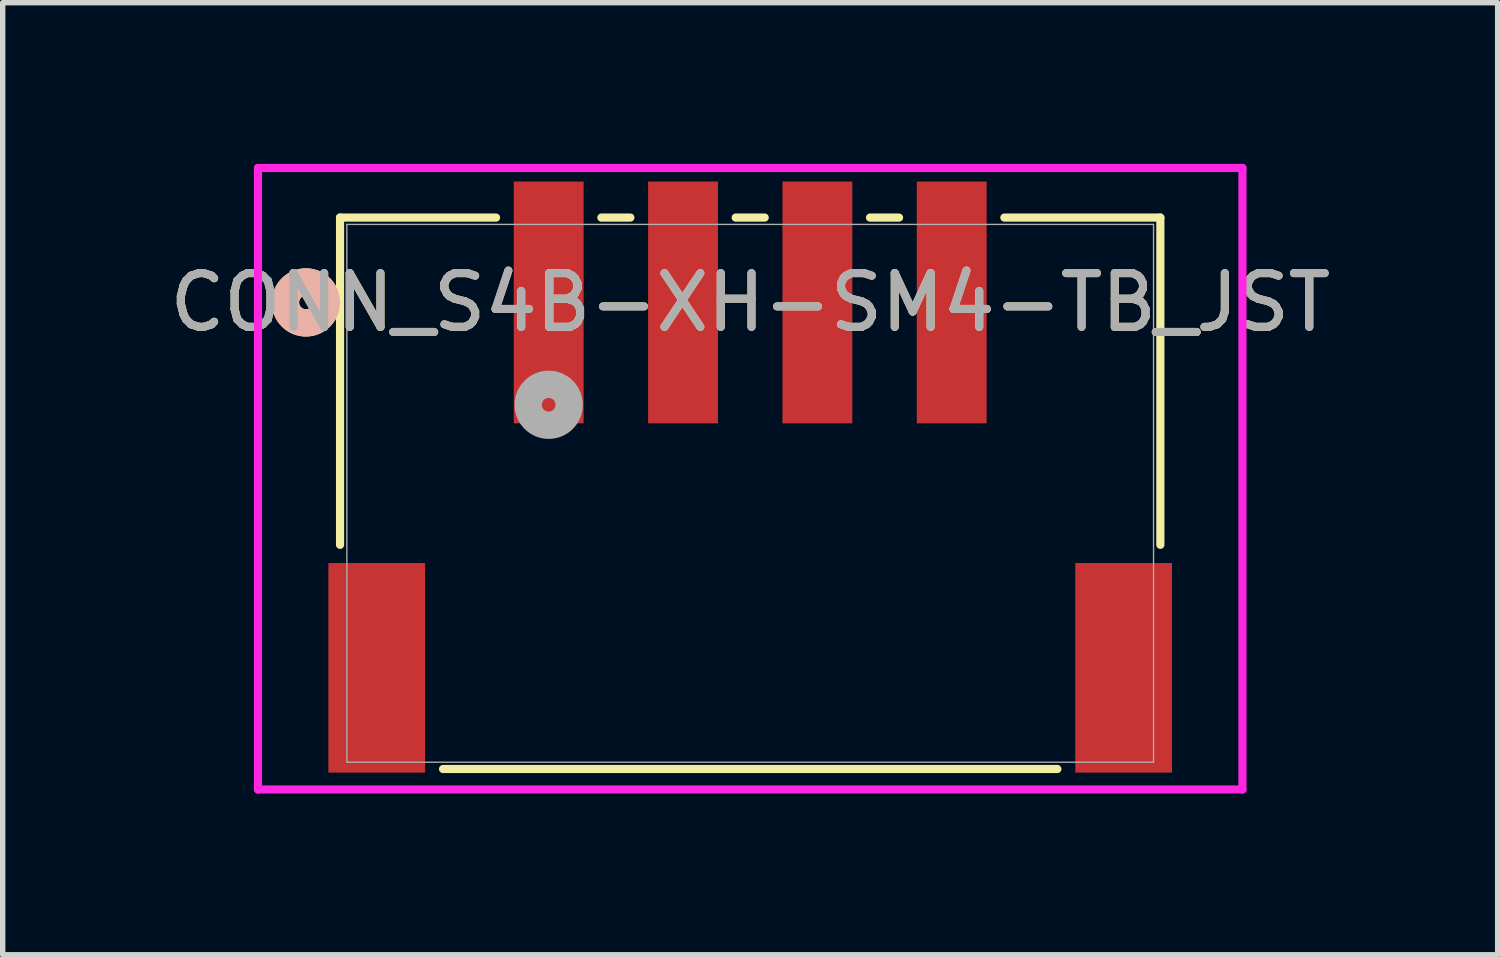
<source format=kicad_pcb>
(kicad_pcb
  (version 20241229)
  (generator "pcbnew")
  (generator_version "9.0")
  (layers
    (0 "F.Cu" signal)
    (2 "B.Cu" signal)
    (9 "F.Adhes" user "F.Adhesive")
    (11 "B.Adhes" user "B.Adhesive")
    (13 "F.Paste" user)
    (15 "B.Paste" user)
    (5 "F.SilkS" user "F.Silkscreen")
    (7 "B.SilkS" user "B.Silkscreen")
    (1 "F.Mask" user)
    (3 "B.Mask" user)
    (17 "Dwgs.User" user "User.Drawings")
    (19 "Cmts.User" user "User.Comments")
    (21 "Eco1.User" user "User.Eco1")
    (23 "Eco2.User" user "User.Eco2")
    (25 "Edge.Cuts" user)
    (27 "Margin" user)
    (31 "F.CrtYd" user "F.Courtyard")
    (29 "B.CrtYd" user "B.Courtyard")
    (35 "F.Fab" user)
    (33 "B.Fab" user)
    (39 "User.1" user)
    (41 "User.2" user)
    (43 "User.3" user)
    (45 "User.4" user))
  (footprint "CONN_S4B-XH-SM4-TB_JST"
    (layer "F.Cu")
    (at 10.911 6.13)
    (property "Reference" "CONN_S4B-XH-SM4-TB_JST" (at 0 -3.552 0) (unlocked yes) (layer "F.SilkS") (effects (font (size 1 1) (thickness 0.15))))
    (attr smd)
    (fp_line (start -7.633 -5.131) (end -7.633 0.959) (stroke (width 0.152) (type solid)) (layer "F.SilkS"))
    (fp_line (start -5.716 5.131) (end 5.716 5.131) (stroke (width 0.152) (type solid)) (layer "F.SilkS"))
    (fp_line (start -4.73 -5.131) (end -7.633 -5.131) (stroke (width 0.152) (type solid)) (layer "F.SilkS"))
    (fp_line (start -2.23 -5.131) (end -2.77 -5.131) (stroke (width 0.152) (type solid)) (layer "F.SilkS"))
    (fp_line (start 0.27 -5.131) (end -0.27 -5.131) (stroke (width 0.152) (type solid)) (layer "F.SilkS"))
    (fp_line (start 2.77 -5.131) (end 2.23 -5.131) (stroke (width 0.152) (type solid)) (layer "F.SilkS"))
    (fp_line (start 7.633 -5.131) (end 4.73 -5.131) (stroke (width 0.152) (type solid)) (layer "F.SilkS"))
    (fp_line (start 7.633 0.959) (end 7.633 -5.131) (stroke (width 0.152) (type solid)) (layer "F.SilkS"))
    (fp_circle (center -8.268 -3.552) (end -7.887 -3.552) (stroke (width 0.508) (type solid)) (fill no) (layer "F.SilkS"))
    (fp_circle (center -8.268 -3.552) (end -7.887 -3.552) (stroke (width 0.508) (type solid)) (fill no) (layer "B.SilkS"))
    (fp_line (start -9.16 -6.054) (end -9.16 5.512) (stroke (width 0.152) (type solid)) (layer "F.CrtYd"))
    (fp_line (start -9.16 5.512) (end 9.16 5.512) (stroke (width 0.152) (type solid)) (layer "F.CrtYd"))
    (fp_line (start 9.16 -6.054) (end -9.16 -6.054) (stroke (width 0.152) (type solid)) (layer "F.CrtYd"))
    (fp_line (start 9.16 5.512) (end 9.16 -6.054) (stroke (width 0.152) (type solid)) (layer "F.CrtYd"))
    (fp_line (start -7.506 -5.004) (end -7.506 5.004) (stroke (width 0.025) (type solid)) (layer "F.Fab"))
    (fp_line (start -7.506 5.004) (end 7.506 5.004) (stroke (width 0.025) (type solid)) (layer "F.Fab"))
    (fp_line (start 7.506 -5.004) (end -7.506 -5.004) (stroke (width 0.025) (type solid)) (layer "F.Fab"))
    (fp_line (start 7.506 5.004) (end 7.506 -5.004) (stroke (width 0.025) (type solid)) (layer "F.Fab"))
    (fp_circle (center -3.75 -1.647) (end -3.369 -1.647) (stroke (width 0.508) (type solid)) (fill no) (layer "F.Fab"))
    (fp_text user "${REFERENCE}" (at 0 -3.552 0) (unlocked yes) (layer "F.Fab") (effects (font (size 1 1) (thickness 0.15))))
    (pad "1" smd rect (at -3.75 -3.552) (size 1.3 4.5) (layers "F.Cu" "F.Mask" "F.Paste"))
    (pad "2" smd rect (at -1.25 -3.552) (size 1.3 4.5) (layers "F.Cu" "F.Mask" "F.Paste"))
    (pad "3" smd rect (at 1.25 -3.552) (size 1.3 4.5) (layers "F.Cu" "F.Mask" "F.Paste"))
    (pad "4" smd rect (at 3.75 -3.552) (size 1.3 4.5) (layers "F.Cu" "F.Mask" "F.Paste"))
    (pad "MP" smd rect (at -6.95 3.248 90) (size 3.9 1.8) (layers "F.Cu" "F.Mask" "F.Paste"))
    (pad "MP" smd rect (at 6.95 3.248 90) (size 3.9 1.8) (layers "F.Cu" "F.Mask" "F.Paste")))
  (gr_rect
    (start -3 -3)
    (end 24.821 14.718)
    (stroke (width 0.1) (type default))
    (fill no)
    (layer "Edge.Cuts")))
</source>
